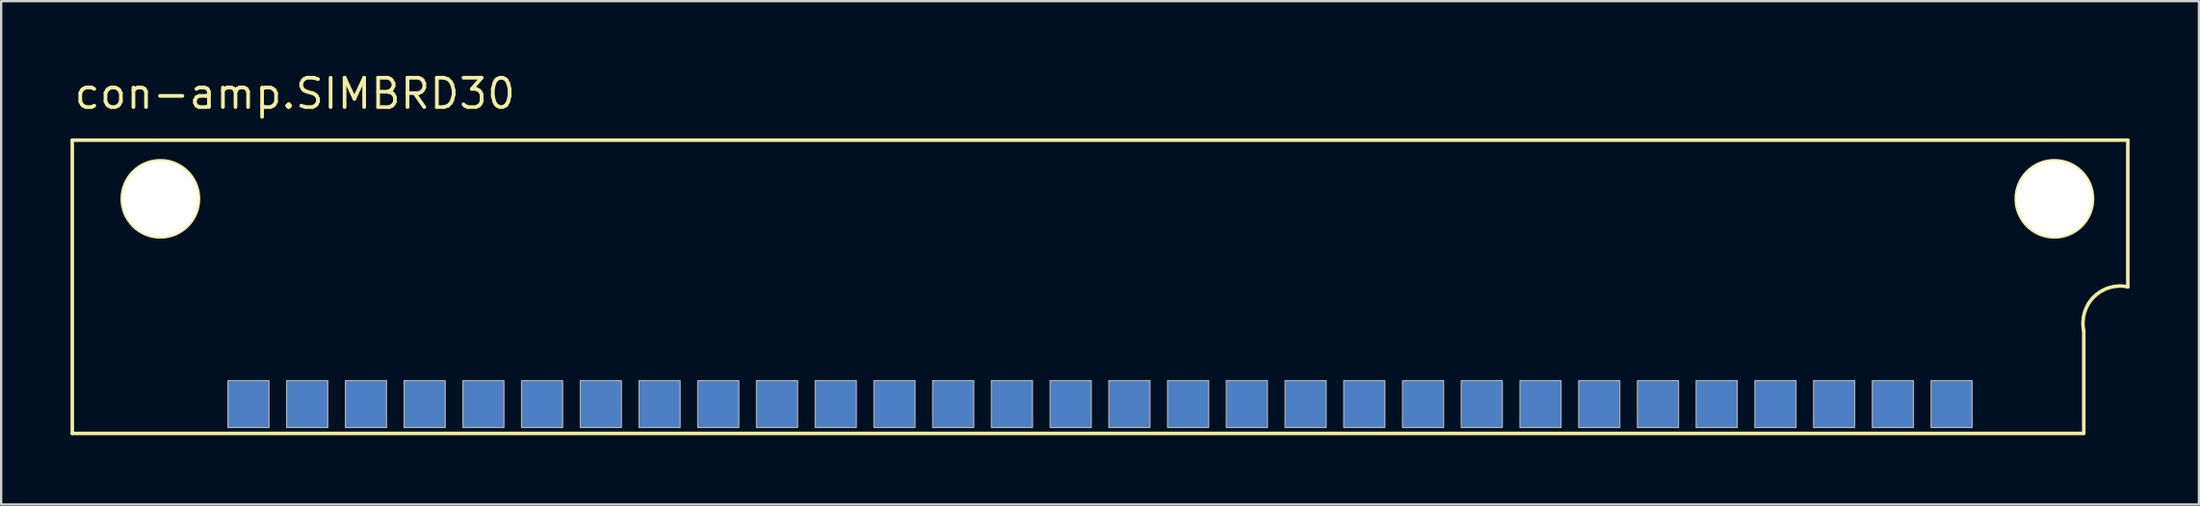
<source format=kicad_pcb>
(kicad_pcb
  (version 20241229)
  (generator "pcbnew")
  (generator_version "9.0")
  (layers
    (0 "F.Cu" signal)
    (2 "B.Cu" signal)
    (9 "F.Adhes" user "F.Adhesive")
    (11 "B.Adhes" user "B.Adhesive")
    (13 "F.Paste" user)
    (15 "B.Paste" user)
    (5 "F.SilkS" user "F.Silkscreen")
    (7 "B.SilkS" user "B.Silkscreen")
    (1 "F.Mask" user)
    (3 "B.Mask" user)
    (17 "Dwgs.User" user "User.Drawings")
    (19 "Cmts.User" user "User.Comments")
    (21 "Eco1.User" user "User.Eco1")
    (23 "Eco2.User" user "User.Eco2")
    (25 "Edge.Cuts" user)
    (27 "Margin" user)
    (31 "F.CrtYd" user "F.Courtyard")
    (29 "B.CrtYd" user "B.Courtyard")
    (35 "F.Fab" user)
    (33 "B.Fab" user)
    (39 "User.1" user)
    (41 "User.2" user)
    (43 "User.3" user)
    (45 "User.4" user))
  (footprint "con-amp.SIMBRD30"
    (layer "B.Cu")
    (at 44.526 8.1)
    (property "Reference" "con-amp.SIMBRD30" (at -44.45 -6.35 0) (layer "F.SilkS") (effects (font (size 1.27 1.27) (thickness 0.16)) (justify left bottom)))
    (attr smd)
    (fp_line (start -44.45 -5.08) (end -44.45 7.62) (stroke (width 0.152) (type default)) (layer "F.SilkS"))
    (fp_line (start -44.45 -5.08) (end 44.45 -5.08) (stroke (width 0.152) (type default)) (layer "F.SilkS"))
    (fp_line (start -44.45 7.62) (end 42.52 7.62) (stroke (width 0.152) (type default)) (layer "F.SilkS"))
    (fp_line (start 42.545 7.62) (end 42.545 3.175) (stroke (width 0.152) (type default)) (layer "F.SilkS"))
    (fp_line (start 44.45 -5.08) (end 44.45 1.27) (stroke (width 0.152) (type default)) (layer "F.SilkS"))
    (fp_arc (start 42.545 3.175) (mid 42.982033 1.707033) (end 44.45 1.27) (stroke (width 0.1524) (type default)) (layer "F.SilkS"))
    (fp_circle (center -40.64 -2.54) (end -38.989 -2.54) (stroke (width 0.152) (type default)) (fill no) (layer "F.SilkS"))
    (fp_circle (center 41.275 -2.54) (end 42.926 -2.54) (stroke (width 0.152) (type default)) (fill no) (layer "F.SilkS"))
    (fp_rect (start -37.719 7.366) (end -35.941 5.334) (stroke (width 0.05) (type default)) (fill no) (layer "F.Fab"))
    (fp_rect (start -35.179 7.366) (end -33.401 5.334) (stroke (width 0.05) (type default)) (fill no) (layer "F.Fab"))
    (fp_rect (start -32.639 7.366) (end -30.861 5.334) (stroke (width 0.05) (type default)) (fill no) (layer "F.Fab"))
    (fp_rect (start -30.099 7.366) (end -28.321 5.334) (stroke (width 0.05) (type default)) (fill no) (layer "F.Fab"))
    (fp_rect (start -27.559 7.366) (end -25.781 5.334) (stroke (width 0.05) (type default)) (fill no) (layer "F.Fab"))
    (fp_rect (start -25.019 7.366) (end -23.241 5.334) (stroke (width 0.05) (type default)) (fill no) (layer "F.Fab"))
    (fp_rect (start -22.479 7.366) (end -20.701 5.334) (stroke (width 0.05) (type default)) (fill no) (layer "F.Fab"))
    (fp_rect (start -19.939 7.366) (end -18.161 5.334) (stroke (width 0.05) (type default)) (fill no) (layer "F.Fab"))
    (fp_rect (start -17.399 7.366) (end -15.621 5.334) (stroke (width 0.05) (type default)) (fill no) (layer "F.Fab"))
    (fp_rect (start -14.859 7.366) (end -13.081 5.334) (stroke (width 0.05) (type default)) (fill no) (layer "F.Fab"))
    (fp_rect (start -12.319 7.366) (end -10.541 5.334) (stroke (width 0.05) (type default)) (fill no) (layer "F.Fab"))
    (fp_rect (start -9.779 7.366) (end -8.001 5.334) (stroke (width 0.05) (type default)) (fill no) (layer "F.Fab"))
    (fp_rect (start -7.239 7.366) (end -5.461 5.334) (stroke (width 0.05) (type default)) (fill no) (layer "F.Fab"))
    (fp_rect (start -4.699 7.366) (end -2.921 5.334) (stroke (width 0.05) (type default)) (fill no) (layer "F.Fab"))
    (fp_rect (start -2.159 7.366) (end -0.381 5.334) (stroke (width 0.05) (type default)) (fill no) (layer "F.Fab"))
    (fp_rect (start 0.381 7.366) (end 2.159 5.334) (stroke (width 0.05) (type default)) (fill no) (layer "F.Fab"))
    (fp_rect (start 2.921 7.366) (end 4.699 5.334) (stroke (width 0.05) (type default)) (fill no) (layer "F.Fab"))
    (fp_rect (start 5.461 7.366) (end 7.239 5.334) (stroke (width 0.05) (type default)) (fill no) (layer "F.Fab"))
    (fp_rect (start 8.001 7.366) (end 9.779 5.334) (stroke (width 0.05) (type default)) (fill no) (layer "F.Fab"))
    (fp_rect (start 10.541 7.366) (end 12.319 5.334) (stroke (width 0.05) (type default)) (fill no) (layer "F.Fab"))
    (fp_rect (start 13.081 7.366) (end 14.859 5.334) (stroke (width 0.05) (type default)) (fill no) (layer "F.Fab"))
    (fp_rect (start 15.621 7.366) (end 17.399 5.334) (stroke (width 0.05) (type default)) (fill no) (layer "F.Fab"))
    (fp_rect (start 18.161 7.366) (end 19.939 5.334) (stroke (width 0.05) (type default)) (fill no) (layer "F.Fab"))
    (fp_rect (start 20.701 7.366) (end 22.479 5.334) (stroke (width 0.05) (type default)) (fill no) (layer "F.Fab"))
    (fp_rect (start 23.241 7.366) (end 25.019 5.334) (stroke (width 0.05) (type default)) (fill no) (layer "F.Fab"))
    (fp_rect (start 25.781 7.366) (end 27.559 5.334) (stroke (width 0.05) (type default)) (fill no) (layer "F.Fab"))
    (fp_rect (start 28.321 7.366) (end 30.099 5.334) (stroke (width 0.05) (type default)) (fill no) (layer "F.Fab"))
    (fp_rect (start 30.861 7.366) (end 32.639 5.334) (stroke (width 0.05) (type default)) (fill no) (layer "F.Fab"))
    (fp_rect (start 33.401 7.366) (end 35.179 5.334) (stroke (width 0.05) (type default)) (fill no) (layer "F.Fab"))
    (fp_rect (start 35.941 7.366) (end 37.719 5.334) (stroke (width 0.05) (type default)) (fill no) (layer "F.Fab"))
    (pad "" np_thru_hole circle (at -40.64 -2.54) (size 3.302 3.302) (drill 3.302) (layers "*.Cu" "*.Mask"))
    (pad "" np_thru_hole circle (at 41.275 -2.54) (size 3.302 3.302) (drill 3.302) (layers "*.Cu" "*.Mask"))
    (pad "1B" smd roundrect (at 36.83 6.35) (size 1.778 2.032) (layers "B.Cu" "B.Mask" "B.Paste") (roundrect_rratio 0.01))
    (pad "1T" smd roundrect (at 36.83 6.35) (size 1.778 2.032) (layers "F.Cu" "F.Mask" "F.Paste") (roundrect_rratio 0.01))
    (pad "2B" smd roundrect (at 34.29 6.35) (size 1.778 2.032) (layers "B.Cu" "B.Mask" "B.Paste") (roundrect_rratio 0.01))
    (pad "2T" smd roundrect (at 34.29 6.35) (size 1.778 2.032) (layers "F.Cu" "F.Mask" "F.Paste") (roundrect_rratio 0.01))
    (pad "3B" smd roundrect (at 31.75 6.35) (size 1.778 2.032) (layers "B.Cu" "B.Mask" "B.Paste") (roundrect_rratio 0.01))
    (pad "3T" smd roundrect (at 31.75 6.35) (size 1.778 2.032) (layers "F.Cu" "F.Mask" "F.Paste") (roundrect_rratio 0.01))
    (pad "4B" smd roundrect (at 29.21 6.35) (size 1.778 2.032) (layers "B.Cu" "B.Mask" "B.Paste") (roundrect_rratio 0.01))
    (pad "4T" smd roundrect (at 29.21 6.35) (size 1.778 2.032) (layers "F.Cu" "F.Mask" "F.Paste") (roundrect_rratio 0.01))
    (pad "5B" smd roundrect (at 26.67 6.35) (size 1.778 2.032) (layers "B.Cu" "B.Mask" "B.Paste") (roundrect_rratio 0.01))
    (pad "5T" smd roundrect (at 26.67 6.35) (size 1.778 2.032) (layers "F.Cu" "F.Mask" "F.Paste") (roundrect_rratio 0.01))
    (pad "6B" smd roundrect (at 24.13 6.35) (size 1.778 2.032) (layers "B.Cu" "B.Mask" "B.Paste") (roundrect_rratio 0.01))
    (pad "6T" smd roundrect (at 24.13 6.35) (size 1.778 2.032) (layers "F.Cu" "F.Mask" "F.Paste") (roundrect_rratio 0.01))
    (pad "7B" smd roundrect (at 21.59 6.35) (size 1.778 2.032) (layers "B.Cu" "B.Mask" "B.Paste") (roundrect_rratio 0.01))
    (pad "7T" smd roundrect (at 21.59 6.35) (size 1.778 2.032) (layers "F.Cu" "F.Mask" "F.Paste") (roundrect_rratio 0.01))
    (pad "8B" smd roundrect (at 19.05 6.35) (size 1.778 2.032) (layers "B.Cu" "B.Mask" "B.Paste") (roundrect_rratio 0.01))
    (pad "8T" smd roundrect (at 19.05 6.35) (size 1.778 2.032) (layers "F.Cu" "F.Mask" "F.Paste") (roundrect_rratio 0.01))
    (pad "9B" smd roundrect (at 16.51 6.35) (size 1.778 2.032) (layers "B.Cu" "B.Mask" "B.Paste") (roundrect_rratio 0.01))
    (pad "9T" smd roundrect (at 16.51 6.35) (size 1.778 2.032) (layers "F.Cu" "F.Mask" "F.Paste") (roundrect_rratio 0.01))
    (pad "10B" smd roundrect (at 13.97 6.35) (size 1.778 2.032) (layers "B.Cu" "B.Mask" "B.Paste") (roundrect_rratio 0.01))
    (pad "10T" smd roundrect (at 13.97 6.35) (size 1.778 2.032) (layers "F.Cu" "F.Mask" "F.Paste") (roundrect_rratio 0.01))
    (pad "11B" smd roundrect (at 11.43 6.35) (size 1.778 2.032) (layers "B.Cu" "B.Mask" "B.Paste") (roundrect_rratio 0.01))
    (pad "11T" smd roundrect (at 11.43 6.35) (size 1.778 2.032) (layers "F.Cu" "F.Mask" "F.Paste") (roundrect_rratio 0.01))
    (pad "12B" smd roundrect (at 8.89 6.35) (size 1.778 2.032) (layers "B.Cu" "B.Mask" "B.Paste") (roundrect_rratio 0.01))
    (pad "12T" smd roundrect (at 8.89 6.35) (size 1.778 2.032) (layers "F.Cu" "F.Mask" "F.Paste") (roundrect_rratio 0.01))
    (pad "13B" smd roundrect (at 6.35 6.35) (size 1.778 2.032) (layers "B.Cu" "B.Mask" "B.Paste") (roundrect_rratio 0.01))
    (pad "13T" smd roundrect (at 6.35 6.35) (size 1.778 2.032) (layers "F.Cu" "F.Mask" "F.Paste") (roundrect_rratio 0.01))
    (pad "14B" smd roundrect (at 3.81 6.35) (size 1.778 2.032) (layers "B.Cu" "B.Mask" "B.Paste") (roundrect_rratio 0.01))
    (pad "14T" smd roundrect (at 3.81 6.35) (size 1.778 2.032) (layers "F.Cu" "F.Mask" "F.Paste") (roundrect_rratio 0.01))
    (pad "15B" smd roundrect (at 1.27 6.35) (size 1.778 2.032) (layers "B.Cu" "B.Mask" "B.Paste") (roundrect_rratio 0.01))
    (pad "15T" smd roundrect (at 1.27 6.35) (size 1.778 2.032) (layers "F.Cu" "F.Mask" "F.Paste") (roundrect_rratio 0.01))
    (pad "16B" smd roundrect (at -1.27 6.35) (size 1.778 2.032) (layers "B.Cu" "B.Mask" "B.Paste") (roundrect_rratio 0.01))
    (pad "16T" smd roundrect (at -1.27 6.35) (size 1.778 2.032) (layers "F.Cu" "F.Mask" "F.Paste") (roundrect_rratio 0.01))
    (pad "17B" smd roundrect (at -3.81 6.35) (size 1.778 2.032) (layers "B.Cu" "B.Mask" "B.Paste") (roundrect_rratio 0.01))
    (pad "17T" smd roundrect (at -3.81 6.35) (size 1.778 2.032) (layers "F.Cu" "F.Mask" "F.Paste") (roundrect_rratio 0.01))
    (pad "18B" smd roundrect (at -6.35 6.35) (size 1.778 2.032) (layers "B.Cu" "B.Mask" "B.Paste") (roundrect_rratio 0.01))
    (pad "18T" smd roundrect (at -6.35 6.35) (size 1.778 2.032) (layers "F.Cu" "F.Mask" "F.Paste") (roundrect_rratio 0.01))
    (pad "19B" smd roundrect (at -8.89 6.35) (size 1.778 2.032) (layers "B.Cu" "B.Mask" "B.Paste") (roundrect_rratio 0.01))
    (pad "19T" smd roundrect (at -8.89 6.35) (size 1.778 2.032) (layers "F.Cu" "F.Mask" "F.Paste") (roundrect_rratio 0.01))
    (pad "20B" smd roundrect (at -11.43 6.35) (size 1.778 2.032) (layers "B.Cu" "B.Mask" "B.Paste") (roundrect_rratio 0.01))
    (pad "20T" smd roundrect (at -11.43 6.35) (size 1.778 2.032) (layers "F.Cu" "F.Mask" "F.Paste") (roundrect_rratio 0.01))
    (pad "21B" smd roundrect (at -13.97 6.35) (size 1.778 2.032) (layers "B.Cu" "B.Mask" "B.Paste") (roundrect_rratio 0.01))
    (pad "21T" smd roundrect (at -13.97 6.35) (size 1.778 2.032) (layers "F.Cu" "F.Mask" "F.Paste") (roundrect_rratio 0.01))
    (pad "22B" smd roundrect (at -16.51 6.35) (size 1.778 2.032) (layers "B.Cu" "B.Mask" "B.Paste") (roundrect_rratio 0.01))
    (pad "22T" smd roundrect (at -16.51 6.35) (size 1.778 2.032) (layers "F.Cu" "F.Mask" "F.Paste") (roundrect_rratio 0.01))
    (pad "23B" smd roundrect (at -19.05 6.35) (size 1.778 2.032) (layers "B.Cu" "B.Mask" "B.Paste") (roundrect_rratio 0.01))
    (pad "23T" smd roundrect (at -19.05 6.35) (size 1.778 2.032) (layers "F.Cu" "F.Mask" "F.Paste") (roundrect_rratio 0.01))
    (pad "24B" smd roundrect (at -21.59 6.35) (size 1.778 2.032) (layers "B.Cu" "B.Mask" "B.Paste") (roundrect_rratio 0.01))
    (pad "24T" smd roundrect (at -21.59 6.35) (size 1.778 2.032) (layers "F.Cu" "F.Mask" "F.Paste") (roundrect_rratio 0.01))
    (pad "25B" smd roundrect (at -24.13 6.35) (size 1.778 2.032) (layers "B.Cu" "B.Mask" "B.Paste") (roundrect_rratio 0.01))
    (pad "25T" smd roundrect (at -24.13 6.35) (size 1.778 2.032) (layers "F.Cu" "F.Mask" "F.Paste") (roundrect_rratio 0.01))
    (pad "26B" smd roundrect (at -26.67 6.35) (size 1.778 2.032) (layers "B.Cu" "B.Mask" "B.Paste") (roundrect_rratio 0.01))
    (pad "26T" smd roundrect (at -26.67 6.35) (size 1.778 2.032) (layers "F.Cu" "F.Mask" "F.Paste") (roundrect_rratio 0.01))
    (pad "27B" smd roundrect (at -29.21 6.35) (size 1.778 2.032) (layers "B.Cu" "B.Mask" "B.Paste") (roundrect_rratio 0.01))
    (pad "27T" smd roundrect (at -29.21 6.35) (size 1.778 2.032) (layers "F.Cu" "F.Mask" "F.Paste") (roundrect_rratio 0.01))
    (pad "28B" smd roundrect (at -31.75 6.35) (size 1.778 2.032) (layers "B.Cu" "B.Mask" "B.Paste") (roundrect_rratio 0.01))
    (pad "28T" smd roundrect (at -31.75 6.35) (size 1.778 2.032) (layers "F.Cu" "F.Mask" "F.Paste") (roundrect_rratio 0.01))
    (pad "29B" smd roundrect (at -34.29 6.35) (size 1.778 2.032) (layers "B.Cu" "B.Mask" "B.Paste") (roundrect_rratio 0.01))
    (pad "29T" smd roundrect (at -34.29 6.35) (size 1.778 2.032) (layers "F.Cu" "F.Mask" "F.Paste") (roundrect_rratio 0.01))
    (pad "30B" smd roundrect (at -36.83 6.35) (size 1.778 2.032) (layers "B.Cu" "B.Mask" "B.Paste") (roundrect_rratio 0.01))
    (pad "30T" smd roundrect (at -36.83 6.35) (size 1.778 2.032) (layers "F.Cu" "F.Mask" "F.Paste") (roundrect_rratio 0.01)))
  (gr_rect
    (start -3 -3)
    (end 92.052 18.796)
    (stroke (width 0.1) (type default))
    (fill no)
    (layer "Edge.Cuts")))
</source>
